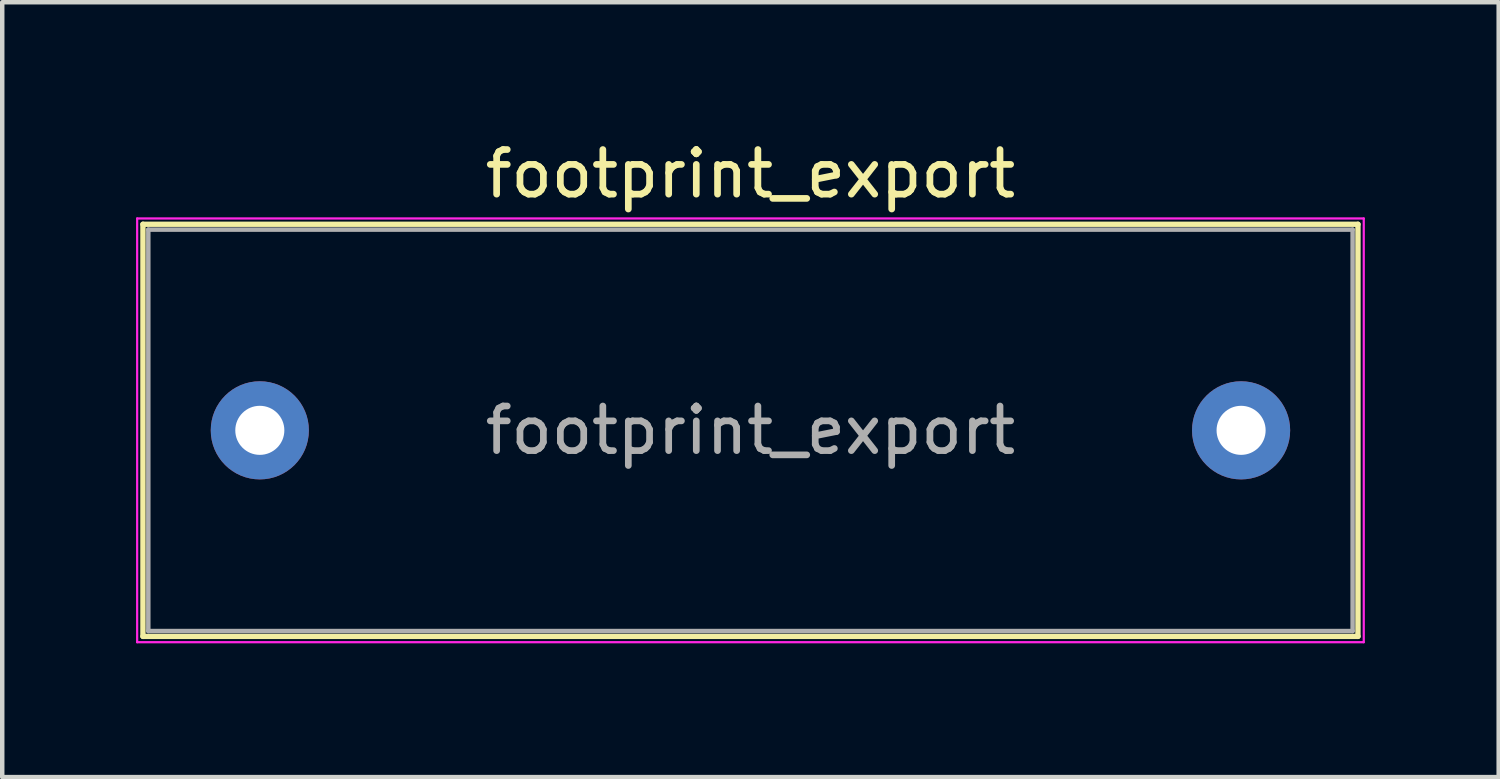
<source format=kicad_pcb>
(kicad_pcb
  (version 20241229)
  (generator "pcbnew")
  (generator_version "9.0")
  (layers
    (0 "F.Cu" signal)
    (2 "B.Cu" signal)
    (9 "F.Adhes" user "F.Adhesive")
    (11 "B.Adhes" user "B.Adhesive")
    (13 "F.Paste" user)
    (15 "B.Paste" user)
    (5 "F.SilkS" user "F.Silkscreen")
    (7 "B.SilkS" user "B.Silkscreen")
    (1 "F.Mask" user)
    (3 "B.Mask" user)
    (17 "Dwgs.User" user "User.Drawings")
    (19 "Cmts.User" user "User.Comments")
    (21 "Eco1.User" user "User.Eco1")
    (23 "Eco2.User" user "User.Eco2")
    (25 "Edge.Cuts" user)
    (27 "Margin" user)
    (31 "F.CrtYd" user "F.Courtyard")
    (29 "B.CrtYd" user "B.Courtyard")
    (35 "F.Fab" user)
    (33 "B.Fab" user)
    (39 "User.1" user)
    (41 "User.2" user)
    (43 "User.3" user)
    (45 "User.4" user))
  (footprint "footprint_export"
    (layer "F.Cu")
    (at 2.775 6.598)
    (property "Reference" "footprint_export" (at 11 -5.75 0) (layer "F.SilkS") (effects (font (size 1 1) (thickness 0.15))))
    (attr through_hole)
    (fp_line (start -2.62 -4.62) (end -2.62 4.62) (stroke (width 0.12) (type solid)) (layer "F.SilkS"))
    (fp_line (start -2.62 -4.62) (end 24.62 -4.62) (stroke (width 0.12) (type solid)) (layer "F.SilkS"))
    (fp_line (start -2.62 4.62) (end 24.62 4.62) (stroke (width 0.12) (type solid)) (layer "F.SilkS"))
    (fp_line (start 24.62 -4.62) (end 24.62 4.62) (stroke (width 0.12) (type solid)) (layer "F.SilkS"))
    (fp_line (start -2.75 -4.75) (end -2.75 4.75) (stroke (width 0.05) (type solid)) (layer "F.CrtYd"))
    (fp_line (start -2.75 4.75) (end 24.75 4.75) (stroke (width 0.05) (type solid)) (layer "F.CrtYd"))
    (fp_line (start 24.75 -4.75) (end -2.75 -4.75) (stroke (width 0.05) (type solid)) (layer "F.CrtYd"))
    (fp_line (start 24.75 4.75) (end 24.75 -4.75) (stroke (width 0.05) (type solid)) (layer "F.CrtYd"))
    (fp_line (start -2.5 -4.5) (end -2.5 4.5) (stroke (width 0.1) (type solid)) (layer "F.Fab"))
    (fp_line (start -2.5 4.5) (end 24.5 4.5) (stroke (width 0.1) (type solid)) (layer "F.Fab"))
    (fp_line (start 24.5 -4.5) (end -2.5 -4.5) (stroke (width 0.1) (type solid)) (layer "F.Fab"))
    (fp_line (start 24.5 4.5) (end 24.5 -4.5) (stroke (width 0.1) (type solid)) (layer "F.Fab"))
    (fp_text user "${REFERENCE}" (at 11 0 0) (layer "F.Fab") (effects (font (size 1 1) (thickness 0.15))))
    (pad "1" thru_hole circle (at 0 0) (size 2.2 2.2) (drill 1.1) (layers "*.Cu" "*.Mask"))
    (pad "2" thru_hole circle (at 22 0) (size 2.2 2.2) (drill 1.1) (layers "*.Cu" "*.Mask")))
  (gr_rect
    (start -3 -3)
    (end 30.55 14.373)
    (stroke (width 0.1) (type default))
    (fill no)
    (layer "Edge.Cuts")))
</source>
